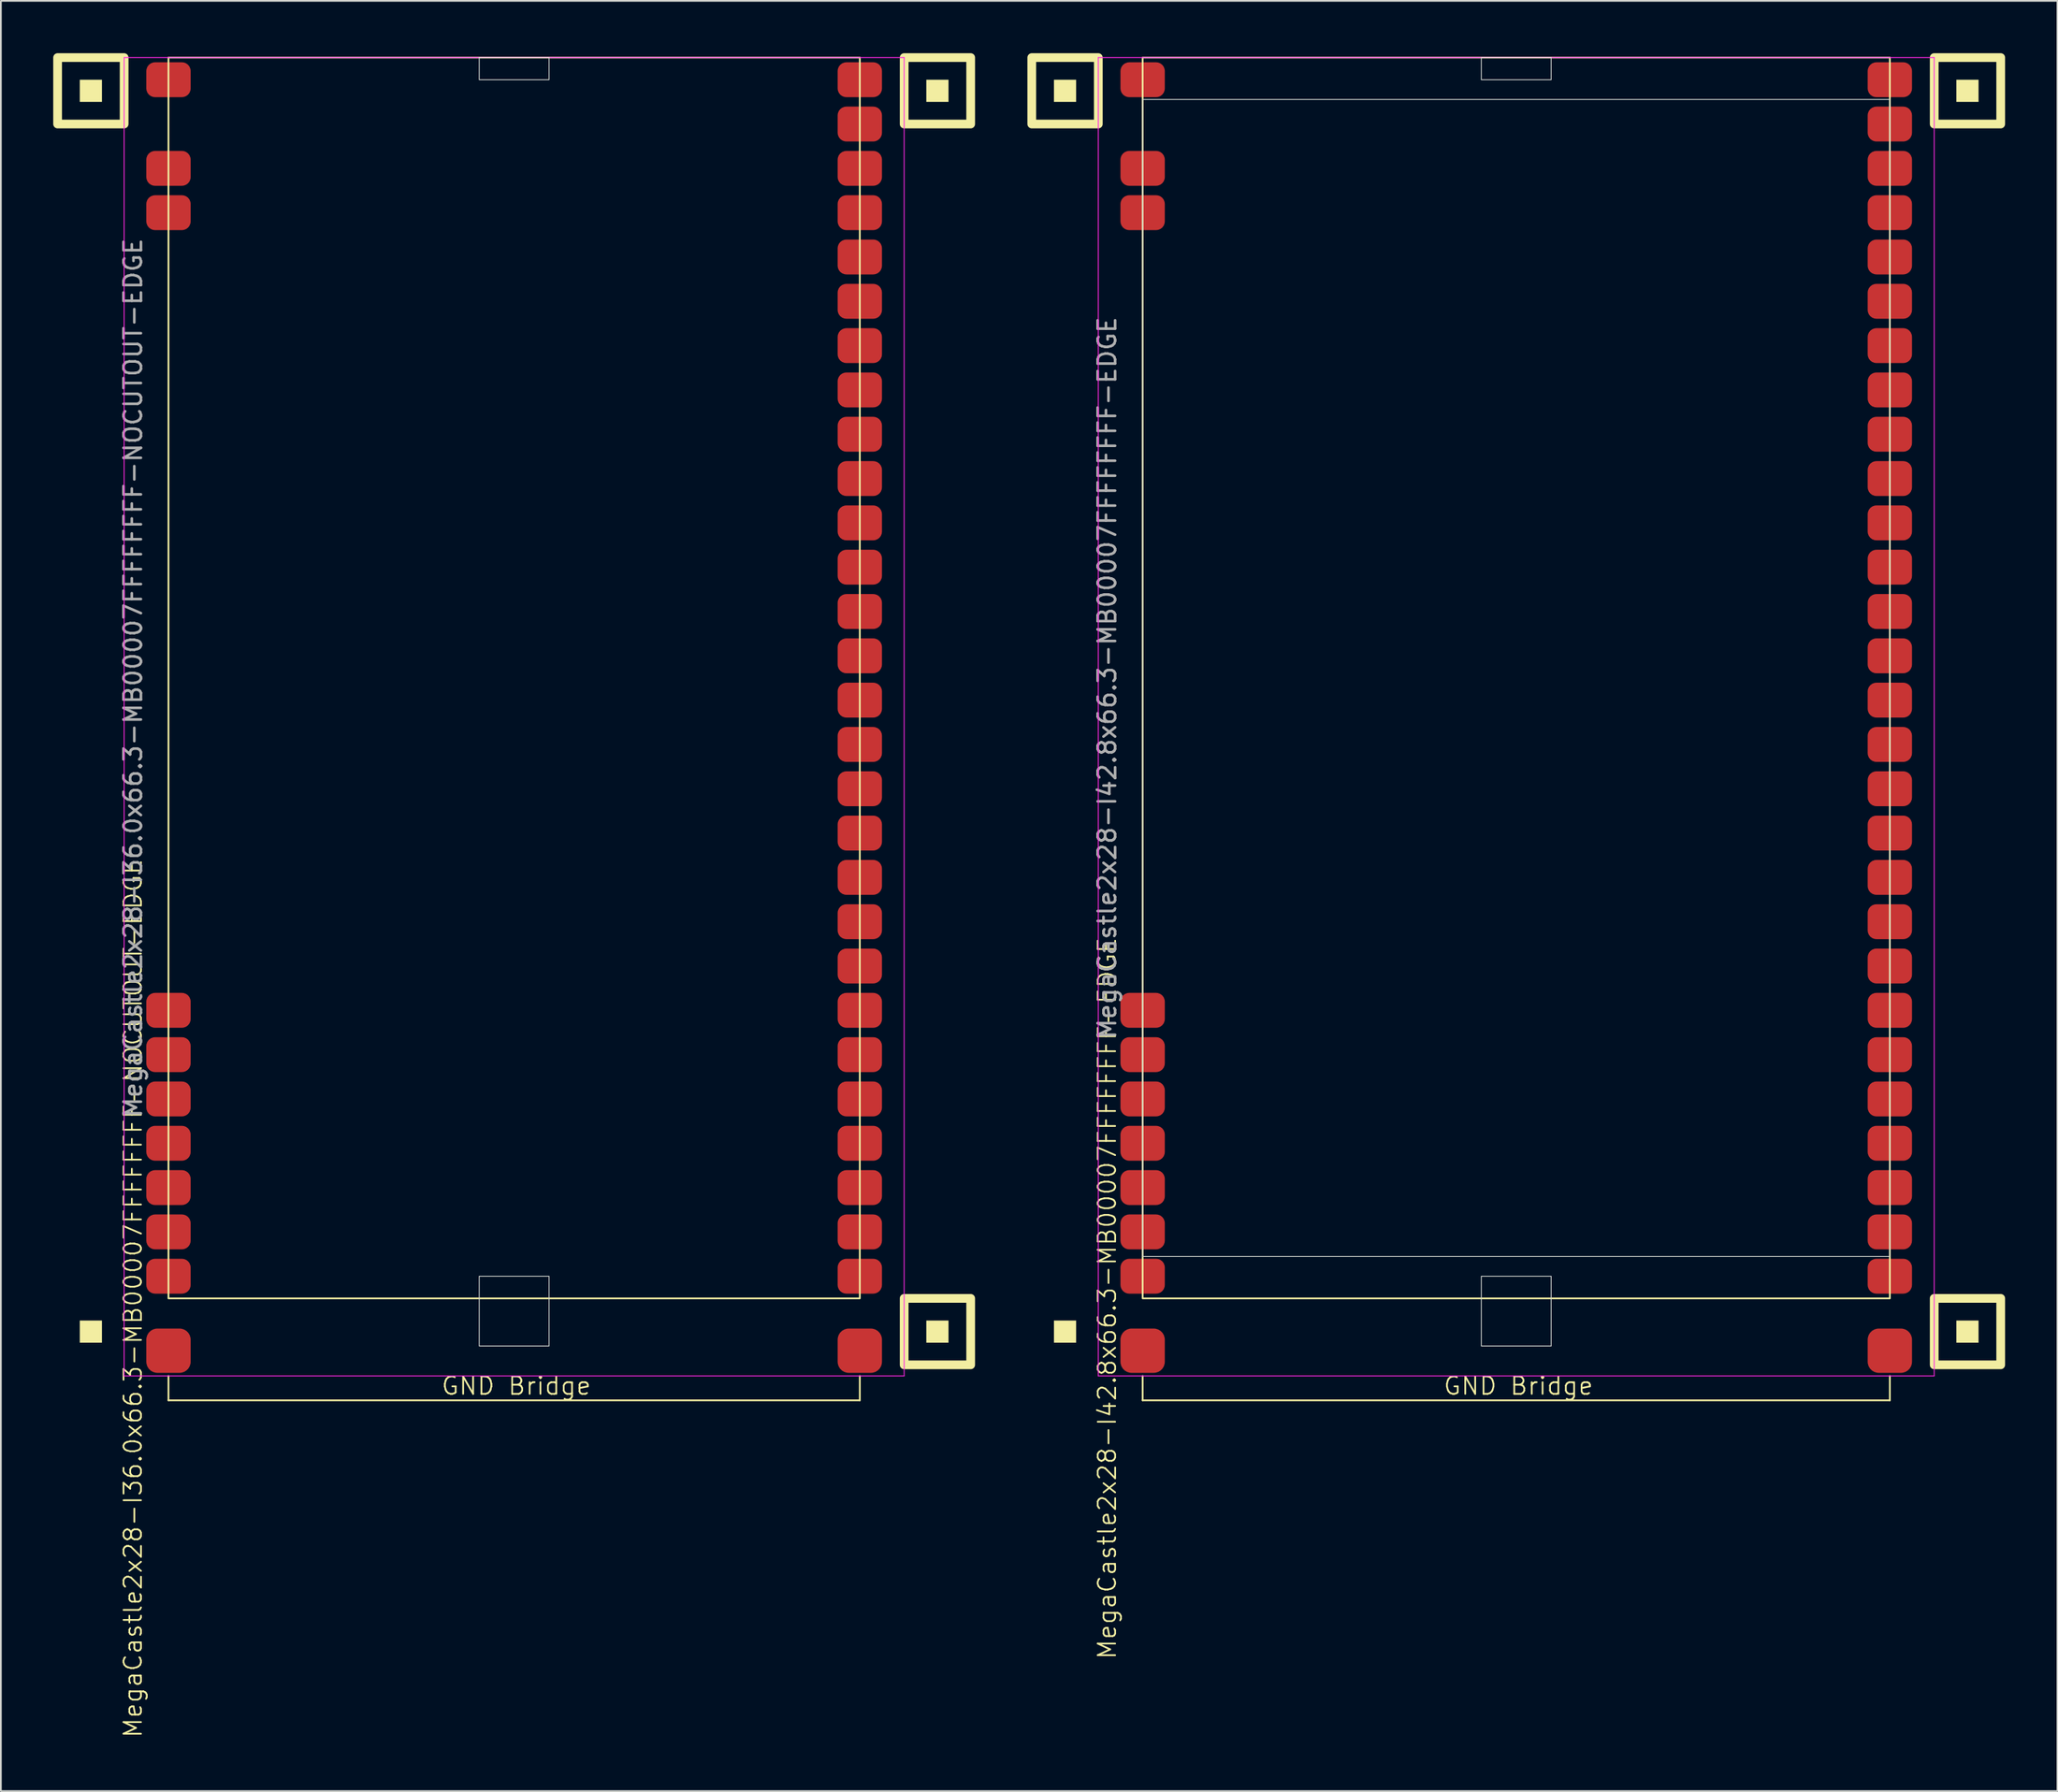
<source format=kicad_pcb>
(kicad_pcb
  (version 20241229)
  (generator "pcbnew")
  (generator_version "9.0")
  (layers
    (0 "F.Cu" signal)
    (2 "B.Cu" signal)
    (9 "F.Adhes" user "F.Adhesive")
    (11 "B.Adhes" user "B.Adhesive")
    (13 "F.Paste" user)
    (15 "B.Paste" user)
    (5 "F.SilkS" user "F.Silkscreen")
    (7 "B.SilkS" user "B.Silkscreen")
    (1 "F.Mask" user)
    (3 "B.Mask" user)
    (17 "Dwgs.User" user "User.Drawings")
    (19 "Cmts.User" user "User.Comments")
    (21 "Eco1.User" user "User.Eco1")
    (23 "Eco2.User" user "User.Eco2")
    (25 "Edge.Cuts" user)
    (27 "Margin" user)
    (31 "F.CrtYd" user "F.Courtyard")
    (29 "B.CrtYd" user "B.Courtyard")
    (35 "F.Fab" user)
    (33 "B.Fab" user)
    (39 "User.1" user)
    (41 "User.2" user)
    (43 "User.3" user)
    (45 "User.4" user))
  (footprint "MegaCastle2x28-I42.8x66.3-MB00007FFFFFFFF-EDGE"
    (layer "F.Cu")
    (at 83.8 35.81)
    (property "Reference" "MegaCastle2x28-I42.8x66.3-MB00007FFFFFFFF-EDGE" (at -23.432 35.56 90) (unlocked yes) (layer "F.SilkS") (effects (font (size 1 1) (thickness 0.1))))
    (attr smd)
    (fp_line (start -21.4 40.005) (end -21.4 41.405) (stroke (width 0.1) (type default)) (layer "F.SilkS"))
    (fp_line (start -21.4 41.405) (end 21.4 41.405) (stroke (width 0.1) (type default)) (layer "F.SilkS"))
    (fp_line (start 21.4 40.005) (end 21.4 41.405) (stroke (width 0.1) (type default)) (layer "F.SilkS"))
    (fp_rect (start -25.21 -33.02) (end -26.48 -34.29) (stroke (width 0) (type solid)) (fill yes) (layer "F.SilkS"))
    (fp_rect (start -25.21 38.1) (end -26.48 36.83) (stroke (width 0) (type solid)) (fill yes) (layer "F.SilkS"))
    (fp_rect (start -23.94 -31.75) (end -27.75 -35.56) (stroke (width 0.5) (type default)) (fill no) (layer "F.SilkS"))
    (fp_rect (start -21.4 -35.56) (end 21.4 35.56) (stroke (width 0.1) (type default)) (fill no) (layer "F.SilkS"))
    (fp_rect (start 26.48 -33.02) (end 25.21 -34.29) (stroke (width 0) (type solid)) (fill yes) (layer "F.SilkS"))
    (fp_rect (start 26.48 38.1) (end 25.21 36.83) (stroke (width 0) (type solid)) (fill yes) (layer "F.SilkS"))
    (fp_rect (start 27.75 -31.75) (end 23.94 -35.56) (stroke (width 0.5) (type default)) (fill no) (layer "F.SilkS"))
    (fp_rect (start 27.75 39.37) (end 23.94 35.56) (stroke (width 0.5) (type default)) (fill no) (layer "F.SilkS"))
    (fp_rect (start -21.4 -33.16) (end 21.4 33.16) (stroke (width 0.05) (type default)) (fill no) (layer "Edge.Cuts"))
    (fp_rect (start -2 -34.29) (end 2 -35.56) (stroke (width 0.05) (type default)) (fill no) (layer "Edge.Cuts"))
    (fp_rect (start -2 34.29) (end 2 38.29) (stroke (width 0.05) (type default)) (fill no) (layer "Edge.Cuts"))
    (fp_line (start -23.94 -35.56) (end -23.94 40.005) (stroke (width 0.05) (type default)) (layer "F.CrtYd"))
    (fp_line (start -23.94 40.005) (end 23.94 40.005) (stroke (width 0.05) (type default)) (layer "F.CrtYd"))
    (fp_line (start 23.94 -35.56) (end -23.94 -35.56) (stroke (width 0.05) (type default)) (layer "F.CrtYd"))
    (fp_line (start 23.94 -35.56) (end 23.94 40.005) (stroke (width 0.05) (type default)) (layer "F.CrtYd"))
    (fp_text user "GND Bridge" (at -4.226 41.16 0) (unlocked yes) (layer "F.SilkS") (effects (font (size 1 1) (thickness 0.1)) (justify left bottom)))
    (fp_text user "${REFERENCE}" (at -23.432 0 90) (unlocked yes) (layer "F.Fab") (effects (font (size 1 1) (thickness 0.15))))
    (pad "1" smd roundrect (at -21.4 -34.29) (size 2.54 2) (layers "F.Cu" "F.Mask" "F.Paste") (roundrect_rratio 0.25))
    (pad "3" smd roundrect (at -21.4 -29.21) (size 2.54 2) (layers "F.Cu" "F.Mask" "F.Paste") (roundrect_rratio 0.25))
    (pad "4" smd roundrect (at -21.4 -26.67) (size 2.54 2) (layers "F.Cu" "F.Mask" "F.Paste") (roundrect_rratio 0.25))
    (pad "22" smd roundrect (at -21.4 19.05) (size 2.54 2) (layers "F.Cu" "F.Mask" "F.Paste") (roundrect_rratio 0.25))
    (pad "23" smd roundrect (at -21.4 21.59) (size 2.54 2) (layers "F.Cu" "F.Mask" "F.Paste") (roundrect_rratio 0.25))
    (pad "24" smd roundrect (at -21.4 24.13) (size 2.54 2) (layers "F.Cu" "F.Mask" "F.Paste") (roundrect_rratio 0.25))
    (pad "25" smd roundrect (at -21.4 26.67) (size 2.54 2) (layers "F.Cu" "F.Mask" "F.Paste") (roundrect_rratio 0.25))
    (pad "26" smd roundrect (at -21.4 29.21) (size 2.54 2) (layers "F.Cu" "F.Mask" "F.Paste") (roundrect_rratio 0.25))
    (pad "27" smd roundrect (at -21.4 31.75) (size 2.54 2) (layers "F.Cu" "F.Mask" "F.Paste") (roundrect_rratio 0.25))
    (pad "28" smd roundrect (at -21.4 34.29) (size 2.54 2) (layers "F.Cu" "F.Mask" "F.Paste") (roundrect_rratio 0.25))
    (pad "29" smd roundrect (at 21.4 -34.29) (size 2.54 2) (layers "F.Cu" "F.Mask" "F.Paste") (roundrect_rratio 0.25))
    (pad "30" smd roundrect (at 21.4 -31.75) (size 2.54 2) (layers "F.Cu" "F.Mask" "F.Paste") (roundrect_rratio 0.25))
    (pad "31" smd roundrect (at 21.4 -29.21) (size 2.54 2) (layers "F.Cu" "F.Mask" "F.Paste") (roundrect_rratio 0.25))
    (pad "32" smd roundrect (at 21.4 -26.67) (size 2.54 2) (layers "F.Cu" "F.Mask" "F.Paste") (roundrect_rratio 0.25))
    (pad "33" smd roundrect (at 21.4 -24.13) (size 2.54 2) (layers "F.Cu" "F.Mask" "F.Paste") (roundrect_rratio 0.25))
    (pad "34" smd roundrect (at 21.4 -21.59) (size 2.54 2) (layers "F.Cu" "F.Mask" "F.Paste") (roundrect_rratio 0.25))
    (pad "35" smd roundrect (at 21.4 -19.05) (size 2.54 2) (layers "F.Cu" "F.Mask" "F.Paste") (roundrect_rratio 0.25))
    (pad "36" smd roundrect (at 21.4 -16.51) (size 2.54 2) (layers "F.Cu" "F.Mask" "F.Paste") (roundrect_rratio 0.25))
    (pad "37" smd roundrect (at 21.4 -13.97) (size 2.54 2) (layers "F.Cu" "F.Mask" "F.Paste") (roundrect_rratio 0.25))
    (pad "38" smd roundrect (at 21.4 -11.43) (size 2.54 2) (layers "F.Cu" "F.Mask" "F.Paste") (roundrect_rratio 0.25))
    (pad "39" smd roundrect (at 21.4 -8.89) (size 2.54 2) (layers "F.Cu" "F.Mask" "F.Paste") (roundrect_rratio 0.25))
    (pad "40" smd roundrect (at 21.4 -6.35) (size 2.54 2) (layers "F.Cu" "F.Mask" "F.Paste") (roundrect_rratio 0.25))
    (pad "41" smd roundrect (at 21.4 -3.81) (size 2.54 2) (layers "F.Cu" "F.Mask" "F.Paste") (roundrect_rratio 0.25))
    (pad "42" smd roundrect (at 21.4 -1.27) (size 2.54 2) (layers "F.Cu" "F.Mask" "F.Paste") (roundrect_rratio 0.25))
    (pad "43" smd roundrect (at 21.4 1.27) (size 2.54 2) (layers "F.Cu" "F.Mask" "F.Paste") (roundrect_rratio 0.25))
    (pad "44" smd roundrect (at 21.4 3.81) (size 2.54 2) (layers "F.Cu" "F.Mask" "F.Paste") (roundrect_rratio 0.25))
    (pad "45" smd roundrect (at 21.4 6.35) (size 2.54 2) (layers "F.Cu" "F.Mask" "F.Paste") (roundrect_rratio 0.25))
    (pad "46" smd roundrect (at 21.4 8.89) (size 2.54 2) (layers "F.Cu" "F.Mask" "F.Paste") (roundrect_rratio 0.25))
    (pad "47" smd roundrect (at 21.4 11.43) (size 2.54 2) (layers "F.Cu" "F.Mask" "F.Paste") (roundrect_rratio 0.25))
    (pad "48" smd roundrect (at 21.4 13.97) (size 2.54 2) (layers "F.Cu" "F.Mask" "F.Paste") (roundrect_rratio 0.25))
    (pad "49" smd roundrect (at 21.4 16.51) (size 2.54 2) (layers "F.Cu" "F.Mask" "F.Paste") (roundrect_rratio 0.25))
    (pad "50" smd roundrect (at 21.4 19.05) (size 2.54 2) (layers "F.Cu" "F.Mask" "F.Paste") (roundrect_rratio 0.25))
    (pad "51" smd roundrect (at 21.4 21.59) (size 2.54 2) (layers "F.Cu" "F.Mask" "F.Paste") (roundrect_rratio 0.25))
    (pad "52" smd roundrect (at 21.4 24.13) (size 2.54 2) (layers "F.Cu" "F.Mask" "F.Paste") (roundrect_rratio 0.25))
    (pad "53" smd roundrect (at 21.4 26.67) (size 2.54 2) (layers "F.Cu" "F.Mask" "F.Paste") (roundrect_rratio 0.25))
    (pad "54" smd roundrect (at 21.4 29.21) (size 2.54 2) (layers "F.Cu" "F.Mask" "F.Paste") (roundrect_rratio 0.25))
    (pad "55" smd roundrect (at 21.4 31.75) (size 2.54 2) (layers "F.Cu" "F.Mask" "F.Paste") (roundrect_rratio 0.25))
    (pad "56" smd roundrect (at 21.4 34.29) (size 2.54 2) (layers "F.Cu" "F.Mask" "F.Paste") (roundrect_rratio 0.25))
    (pad "B1" smd roundrect (at -21.4 38.56) (size 2.54 2.54) (layers "F.Cu" "F.Mask" "F.Paste") (roundrect_rratio 0.25))
    (pad "B2" smd roundrect (at 21.4 38.56) (size 2.54 2.54) (layers "F.Cu" "F.Mask" "F.Paste") (roundrect_rratio 0.25)))
  (footprint "MegaCastle2x28-I36.0x66.3-MB00007FFFFFFFF-NOCUTOUT-EDGE"
    (layer "F.Cu")
    (at 26.4 35.81)
    (property "Reference" "MegaCastle2x28-I36.0x66.3-MB00007FFFFFFFF-NOCUTOUT-EDGE" (at -21.832 35.56 90) (unlocked yes) (layer "F.SilkS") (effects (font (size 1 1) (thickness 0.1))))
    (attr smd)
    (fp_line (start -19.8 40.005) (end -19.8 41.405) (stroke (width 0.1) (type default)) (layer "F.SilkS"))
    (fp_line (start -19.8 41.405) (end 19.8 41.405) (stroke (width 0.1) (type default)) (layer "F.SilkS"))
    (fp_line (start 19.8 40.005) (end 19.8 41.405) (stroke (width 0.1) (type default)) (layer "F.SilkS"))
    (fp_rect (start -23.61 -33.02) (end -24.88 -34.29) (stroke (width 0) (type solid)) (fill yes) (layer "F.SilkS"))
    (fp_rect (start -23.61 38.1) (end -24.88 36.83) (stroke (width 0) (type solid)) (fill yes) (layer "F.SilkS"))
    (fp_rect (start -22.34 -31.75) (end -26.15 -35.56) (stroke (width 0.5) (type default)) (fill no) (layer "F.SilkS"))
    (fp_rect (start -19.8 -35.56) (end 19.8 35.56) (stroke (width 0.1) (type default)) (fill no) (layer "F.SilkS"))
    (fp_rect (start 24.88 -33.02) (end 23.61 -34.29) (stroke (width 0) (type solid)) (fill yes) (layer "F.SilkS"))
    (fp_rect (start 24.88 38.1) (end 23.61 36.83) (stroke (width 0) (type solid)) (fill yes) (layer "F.SilkS"))
    (fp_rect (start 26.15 -31.75) (end 22.34 -35.56) (stroke (width 0.5) (type default)) (fill no) (layer "F.SilkS"))
    (fp_rect (start 26.15 39.37) (end 22.34 35.56) (stroke (width 0.5) (type default)) (fill no) (layer "F.SilkS"))
    (fp_rect (start -2 -34.29) (end 2 -35.56) (stroke (width 0.05) (type default)) (fill no) (layer "Edge.Cuts"))
    (fp_rect (start -2 34.29) (end 2 38.29) (stroke (width 0.05) (type default)) (fill no) (layer "Edge.Cuts"))
    (fp_line (start -22.34 -35.56) (end -22.34 40.005) (stroke (width 0.05) (type default)) (layer "F.CrtYd"))
    (fp_line (start -22.34 40.005) (end 22.34 40.005) (stroke (width 0.05) (type default)) (layer "F.CrtYd"))
    (fp_line (start 22.34 -35.56) (end -22.34 -35.56) (stroke (width 0.05) (type default)) (layer "F.CrtYd"))
    (fp_line (start 22.34 -35.56) (end 22.34 40.005) (stroke (width 0.05) (type default)) (layer "F.CrtYd"))
    (fp_text user "GND Bridge" (at -4.226 41.16 0) (unlocked yes) (layer "F.SilkS") (effects (font (size 1 1) (thickness 0.1)) (justify left bottom)))
    (fp_text user "${REFERENCE}" (at -21.832 0 90) (unlocked yes) (layer "F.Fab") (effects (font (size 1 1) (thickness 0.15))))
    (pad "1" smd roundrect (at -19.8 -34.29) (size 2.54 2) (layers "F.Cu" "F.Mask" "F.Paste") (roundrect_rratio 0.25))
    (pad "3" smd roundrect (at -19.8 -29.21) (size 2.54 2) (layers "F.Cu" "F.Mask" "F.Paste") (roundrect_rratio 0.25))
    (pad "4" smd roundrect (at -19.8 -26.67) (size 2.54 2) (layers "F.Cu" "F.Mask" "F.Paste") (roundrect_rratio 0.25))
    (pad "22" smd roundrect (at -19.8 19.05) (size 2.54 2) (layers "F.Cu" "F.Mask" "F.Paste") (roundrect_rratio 0.25))
    (pad "23" smd roundrect (at -19.8 21.59) (size 2.54 2) (layers "F.Cu" "F.Mask" "F.Paste") (roundrect_rratio 0.25))
    (pad "24" smd roundrect (at -19.8 24.13) (size 2.54 2) (layers "F.Cu" "F.Mask" "F.Paste") (roundrect_rratio 0.25))
    (pad "25" smd roundrect (at -19.8 26.67) (size 2.54 2) (layers "F.Cu" "F.Mask" "F.Paste") (roundrect_rratio 0.25))
    (pad "26" smd roundrect (at -19.8 29.21) (size 2.54 2) (layers "F.Cu" "F.Mask" "F.Paste") (roundrect_rratio 0.25))
    (pad "27" smd roundrect (at -19.8 31.75) (size 2.54 2) (layers "F.Cu" "F.Mask" "F.Paste") (roundrect_rratio 0.25))
    (pad "28" smd roundrect (at -19.8 34.29) (size 2.54 2) (layers "F.Cu" "F.Mask" "F.Paste") (roundrect_rratio 0.25))
    (pad "29" smd roundrect (at 19.8 -34.29) (size 2.54 2) (layers "F.Cu" "F.Mask" "F.Paste") (roundrect_rratio 0.25))
    (pad "30" smd roundrect (at 19.8 -31.75) (size 2.54 2) (layers "F.Cu" "F.Mask" "F.Paste") (roundrect_rratio 0.25))
    (pad "31" smd roundrect (at 19.8 -29.21) (size 2.54 2) (layers "F.Cu" "F.Mask" "F.Paste") (roundrect_rratio 0.25))
    (pad "32" smd roundrect (at 19.8 -26.67) (size 2.54 2) (layers "F.Cu" "F.Mask" "F.Paste") (roundrect_rratio 0.25))
    (pad "33" smd roundrect (at 19.8 -24.13) (size 2.54 2) (layers "F.Cu" "F.Mask" "F.Paste") (roundrect_rratio 0.25))
    (pad "34" smd roundrect (at 19.8 -21.59) (size 2.54 2) (layers "F.Cu" "F.Mask" "F.Paste") (roundrect_rratio 0.25))
    (pad "35" smd roundrect (at 19.8 -19.05) (size 2.54 2) (layers "F.Cu" "F.Mask" "F.Paste") (roundrect_rratio 0.25))
    (pad "36" smd roundrect (at 19.8 -16.51) (size 2.54 2) (layers "F.Cu" "F.Mask" "F.Paste") (roundrect_rratio 0.25))
    (pad "37" smd roundrect (at 19.8 -13.97) (size 2.54 2) (layers "F.Cu" "F.Mask" "F.Paste") (roundrect_rratio 0.25))
    (pad "38" smd roundrect (at 19.8 -11.43) (size 2.54 2) (layers "F.Cu" "F.Mask" "F.Paste") (roundrect_rratio 0.25))
    (pad "39" smd roundrect (at 19.8 -8.89) (size 2.54 2) (layers "F.Cu" "F.Mask" "F.Paste") (roundrect_rratio 0.25))
    (pad "40" smd roundrect (at 19.8 -6.35) (size 2.54 2) (layers "F.Cu" "F.Mask" "F.Paste") (roundrect_rratio 0.25))
    (pad "41" smd roundrect (at 19.8 -3.81) (size 2.54 2) (layers "F.Cu" "F.Mask" "F.Paste") (roundrect_rratio 0.25))
    (pad "42" smd roundrect (at 19.8 -1.27) (size 2.54 2) (layers "F.Cu" "F.Mask" "F.Paste") (roundrect_rratio 0.25))
    (pad "43" smd roundrect (at 19.8 1.27) (size 2.54 2) (layers "F.Cu" "F.Mask" "F.Paste") (roundrect_rratio 0.25))
    (pad "44" smd roundrect (at 19.8 3.81) (size 2.54 2) (layers "F.Cu" "F.Mask" "F.Paste") (roundrect_rratio 0.25))
    (pad "45" smd roundrect (at 19.8 6.35) (size 2.54 2) (layers "F.Cu" "F.Mask" "F.Paste") (roundrect_rratio 0.25))
    (pad "46" smd roundrect (at 19.8 8.89) (size 2.54 2) (layers "F.Cu" "F.Mask" "F.Paste") (roundrect_rratio 0.25))
    (pad "47" smd roundrect (at 19.8 11.43) (size 2.54 2) (layers "F.Cu" "F.Mask" "F.Paste") (roundrect_rratio 0.25))
    (pad "48" smd roundrect (at 19.8 13.97) (size 2.54 2) (layers "F.Cu" "F.Mask" "F.Paste") (roundrect_rratio 0.25))
    (pad "49" smd roundrect (at 19.8 16.51) (size 2.54 2) (layers "F.Cu" "F.Mask" "F.Paste") (roundrect_rratio 0.25))
    (pad "50" smd roundrect (at 19.8 19.05) (size 2.54 2) (layers "F.Cu" "F.Mask" "F.Paste") (roundrect_rratio 0.25))
    (pad "51" smd roundrect (at 19.8 21.59) (size 2.54 2) (layers "F.Cu" "F.Mask" "F.Paste") (roundrect_rratio 0.25))
    (pad "52" smd roundrect (at 19.8 24.13) (size 2.54 2) (layers "F.Cu" "F.Mask" "F.Paste") (roundrect_rratio 0.25))
    (pad "53" smd roundrect (at 19.8 26.67) (size 2.54 2) (layers "F.Cu" "F.Mask" "F.Paste") (roundrect_rratio 0.25))
    (pad "54" smd roundrect (at 19.8 29.21) (size 2.54 2) (layers "F.Cu" "F.Mask" "F.Paste") (roundrect_rratio 0.25))
    (pad "55" smd roundrect (at 19.8 31.75) (size 2.54 2) (layers "F.Cu" "F.Mask" "F.Paste") (roundrect_rratio 0.25))
    (pad "56" smd roundrect (at 19.8 34.29) (size 2.54 2) (layers "F.Cu" "F.Mask" "F.Paste") (roundrect_rratio 0.25))
    (pad "B1" smd roundrect (at -19.8 38.56) (size 2.54 2.54) (layers "F.Cu" "F.Mask" "F.Paste") (roundrect_rratio 0.25))
    (pad "B2" smd roundrect (at 19.8 38.56) (size 2.54 2.54) (layers "F.Cu" "F.Mask" "F.Paste") (roundrect_rratio 0.25)))
  (gr_rect
    (start -3 -3)
    (end 114.8 99.61)
    (stroke (width 0.1) (type default))
    (fill no)
    (layer "Edge.Cuts")))
</source>
